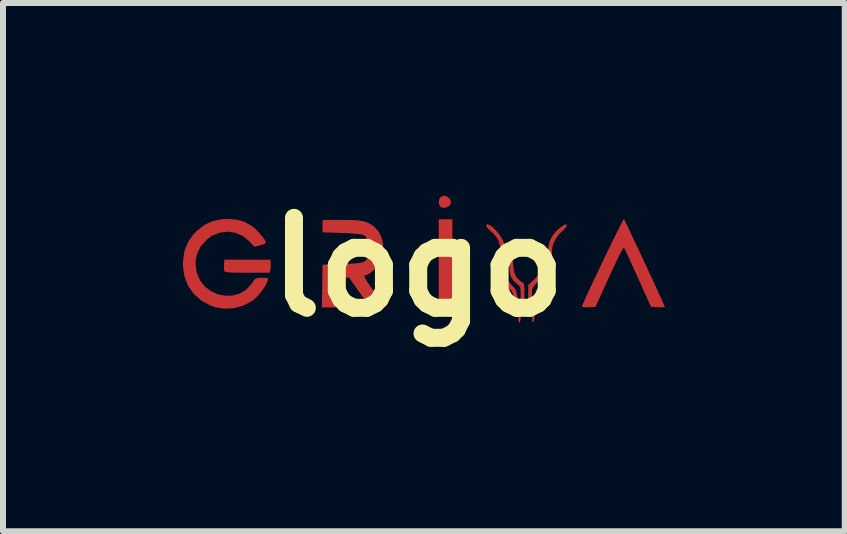
<source format=kicad_pcb>
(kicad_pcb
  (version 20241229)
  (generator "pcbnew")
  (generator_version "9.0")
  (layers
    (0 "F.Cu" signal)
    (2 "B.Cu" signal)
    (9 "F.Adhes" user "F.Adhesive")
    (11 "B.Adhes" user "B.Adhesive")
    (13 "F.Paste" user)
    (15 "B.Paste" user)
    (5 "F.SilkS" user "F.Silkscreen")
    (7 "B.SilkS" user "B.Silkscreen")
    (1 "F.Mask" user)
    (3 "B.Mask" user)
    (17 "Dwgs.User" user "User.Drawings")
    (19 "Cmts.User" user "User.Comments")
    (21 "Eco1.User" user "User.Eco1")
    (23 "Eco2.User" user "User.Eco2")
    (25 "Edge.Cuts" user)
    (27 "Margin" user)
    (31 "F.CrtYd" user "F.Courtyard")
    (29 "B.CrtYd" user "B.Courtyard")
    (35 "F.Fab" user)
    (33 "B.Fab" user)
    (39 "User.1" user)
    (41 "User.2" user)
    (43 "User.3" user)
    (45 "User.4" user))
  (footprint "logo"
    (layer "F.Cu")
    (at 3.923 1.404)
    (property "Reference" "logo" (at 0 0 0) (layer "F.SilkS") (effects (font (size 1.5 1.5) (thickness 0.3))))
    (attr board_only exclude_from_pos_files exclude_from_bom)
    (fp_poly (pts (xy 0.57 -0.062) (xy 0.57 0.673) (xy 0.456 0.673) (xy 0.342 0.673) (xy 0.342 -0.062) (xy 0.342 -0.798) (xy 0.456 -0.798) (xy 0.57 -0.798)) (stroke (width 0) (type solid)) (fill yes) (layer "F.Cu"))
    (fp_poly (pts (xy 0.487 -1.175) (xy 0.53 -1.134) (xy 0.549 -1.086) (xy 0.549 -1.084) (xy 0.531 -1.036) (xy 0.487 -1.002) (xy 0.432 -0.987) (xy 0.381 -0.998) (xy 0.367 -1.009) (xy 0.348 -1.048) (xy 0.342 -1.088) (xy 0.357 -1.151) (xy 0.4 -1.186) (xy 0.436 -1.191)) (stroke (width 0) (type solid)) (fill yes) (layer "F.Cu"))
    (fp_poly (pts (xy -2.459 -0.065) (xy -2.458 -0.002) (xy -2.464 0.044) (xy -2.477 0.093) (xy -2.85 0.093) (xy -2.988 0.093) (xy -3.089 0.091) (xy -3.16 0.087) (xy -3.204 0.081) (xy -3.227 0.072) (xy -3.234 0.064) (xy -3.24 0.026) (xy -3.239 -0.033) (xy -3.239 -0.044) (xy -3.232 -0.124) (xy -2.849 -0.124) (xy -2.465 -0.124)) (stroke (width 0) (type solid)) (fill yes) (layer "F.Cu"))
    (fp_poly (pts (xy 3.441 -0.782) (xy 3.468 -0.728) (xy 3.507 -0.646) (xy 3.556 -0.542) (xy 3.614 -0.421) (xy 3.676 -0.287) (xy 3.743 -0.145) (xy 3.81 -0.000448) (xy 3.876 0.141) (xy 3.938 0.276) (xy 3.994 0.398) (xy 4.042 0.503) (xy 4.079 0.586) (xy 4.103 0.641) (xy 4.112 0.664) (xy 4.112 0.664) (xy 4.094 0.669) (xy 4.045 0.671) (xy 3.997 0.669) (xy 3.882 0.663) (xy 3.667 0.186) (xy 3.608 0.055) (xy 3.553 -0.065) (xy 3.506 -0.168) (xy 3.468 -0.249) (xy 3.443 -0.301) (xy 3.434 -0.319) (xy 3.422 -0.315) (xy 3.398 -0.28) (xy 3.361 -0.212) (xy 3.31 -0.109) (xy 3.245 0.028) (xy 3.186 0.157) (xy 2.956 0.663) (xy 2.838 0.669) (xy 2.776 0.67) (xy 2.736 0.664) (xy 2.727 0.657) (xy 2.749 0.605) (xy 2.785 0.526) (xy 2.831 0.424) (xy 2.887 0.305) (xy 2.949 0.173) (xy 3.016 0.033) (xy 3.084 -0.111) (xy 3.153 -0.253) (xy 3.218 -0.388) (xy 3.279 -0.512) (xy 3.333 -0.621) (xy 3.377 -0.708) (xy 3.409 -0.77) (xy 3.427 -0.801) (xy 3.43 -0.804)) (stroke (width 0) (type solid)) (fill yes) (layer "F.Cu"))
    (fp_poly (pts (xy -1.132 -0.786) (xy -1.024 -0.781) (xy -0.94 -0.771) (xy -0.874 -0.754) (xy -0.817 -0.729) (xy -0.761 -0.694) (xy -0.74 -0.679) (xy -0.661 -0.597) (xy -0.609 -0.49) (xy -0.583 -0.368) (xy -0.587 -0.241) (xy -0.622 -0.117) (xy -0.642 -0.077) (xy -0.689 -0.008) (xy -0.747 0.056) (xy -0.808 0.106) (xy -0.861 0.132) (xy -0.876 0.135) (xy -0.894 0.139) (xy -0.897 0.156) (xy -0.884 0.188) (xy -0.852 0.241) (xy -0.799 0.319) (xy -0.726 0.421) (xy -0.551 0.663) (xy -0.656 0.669) (xy -0.722 0.671) (xy -0.772 0.669) (xy -0.787 0.666) (xy -0.808 0.646) (xy -0.847 0.599) (xy -0.9 0.53) (xy -0.961 0.447) (xy -0.983 0.416) (xy -1.153 0.176) (xy -1.265 0.176) (xy -1.378 0.176) (xy -1.378 0.425) (xy -1.378 0.673) (xy -1.492 0.673) (xy -1.607 0.673) (xy -1.601 0.316) (xy -1.595 -0.041) (xy -1.262 -0.052) (xy -1.128 -0.057) (xy -1.029 -0.063) (xy -0.958 -0.072) (xy -0.909 -0.086) (xy -0.875 -0.108) (xy -0.85 -0.138) (xy -0.827 -0.179) (xy -0.801 -0.266) (xy -0.803 -0.359) (xy -0.83 -0.445) (xy -0.879 -0.512) (xy -0.907 -0.533) (xy -0.95 -0.545) (xy -1.031 -0.556) (xy -1.147 -0.564) (xy -1.274 -0.57) (xy -1.595 -0.58) (xy -1.595 -0.684) (xy -1.595 -0.787) (xy -1.274 -0.787)) (stroke (width 0) (type solid)) (fill yes) (layer "F.Cu"))
    (fp_poly (pts (xy -3.022 -0.791) (xy -2.896 -0.755) (xy -2.779 -0.689) (xy -2.75 -0.668) (xy -2.701 -0.625) (xy -2.647 -0.568) (xy -2.596 -0.507) (xy -2.557 -0.453) (xy -2.539 -0.416) (xy -2.538 -0.412) (xy -2.556 -0.393) (xy -2.603 -0.373) (xy -2.635 -0.364) (xy -2.732 -0.339) (xy -2.808 -0.423) (xy -2.918 -0.515) (xy -3.043 -0.571) (xy -3.176 -0.592) (xy -3.309 -0.575) (xy -3.438 -0.522) (xy -3.524 -0.46) (xy -3.627 -0.346) (xy -3.69 -0.218) (xy -3.714 -0.08) (xy -3.698 0.069) (xy -3.689 0.102) (xy -3.634 0.227) (xy -3.553 0.327) (xy -3.452 0.403) (xy -3.337 0.454) (xy -3.214 0.477) (xy -3.091 0.473) (xy -2.973 0.439) (xy -2.867 0.376) (xy -2.779 0.281) (xy -2.765 0.26) (xy -2.733 0.212) (xy -2.702 0.187) (xy -2.659 0.178) (xy -2.604 0.177) (xy -2.541 0.178) (xy -2.51 0.184) (xy -2.502 0.2) (xy -2.507 0.223) (xy -2.541 0.297) (xy -2.596 0.383) (xy -2.664 0.467) (xy -2.733 0.536) (xy -2.757 0.555) (xy -2.906 0.637) (xy -3.066 0.684) (xy -3.23 0.694) (xy -3.391 0.667) (xy -3.453 0.645) (xy -3.614 0.559) (xy -3.742 0.447) (xy -3.838 0.311) (xy -3.898 0.154) (xy -3.923 -0.021) (xy -3.922 -0.101) (xy -3.897 -0.27) (xy -3.84 -0.416) (xy -3.749 -0.546) (xy -3.683 -0.612) (xy -3.554 -0.71) (xy -3.416 -0.771) (xy -3.261 -0.8) (xy -3.17 -0.804)) (stroke (width 0) (type solid)) (fill yes) (layer "F.Cu"))
    (fp_poly (pts (xy 1.198 -0.699) (xy 1.252 -0.656) (xy 1.311 -0.596) (xy 1.364 -0.528) (xy 1.394 -0.48) (xy 1.42 -0.427) (xy 1.436 -0.379) (xy 1.444 -0.326) (xy 1.447 -0.255) (xy 1.445 -0.166) (xy 1.448 -0.004) (xy 1.465 0.123) (xy 1.499 0.22) (xy 1.549 0.292) (xy 1.569 0.312) (xy 1.618 0.363) (xy 1.641 0.424) (xy 1.647 0.462) (xy 1.66 0.534) (xy 1.677 0.565) (xy 1.694 0.558) (xy 1.706 0.513) (xy 1.709 0.449) (xy 1.707 0.377) (xy 1.699 0.334) (xy 1.678 0.304) (xy 1.647 0.279) (xy 1.594 0.231) (xy 1.553 0.175) (xy 1.552 0.173) (xy 1.534 0.118) (xy 1.523 0.046) (xy 1.519 -0.029) (xy 1.524 -0.089) (xy 1.532 -0.113) (xy 1.556 -0.135) (xy 1.574 -0.119) (xy 1.584 -0.067) (xy 1.585 -0.026) (xy 1.599 0.081) (xy 1.639 0.17) (xy 1.699 0.231) (xy 1.72 0.242) (xy 1.744 0.256) (xy 1.76 0.275) (xy 1.768 0.309) (xy 1.771 0.367) (xy 1.771 0.449) (xy 1.77 0.542) (xy 1.764 0.601) (xy 1.754 0.633) (xy 1.74 0.645) (xy 1.722 0.665) (xy 1.712 0.711) (xy 1.709 0.788) (xy 1.706 0.858) (xy 1.698 0.911) (xy 1.688 0.932) (xy 1.677 0.921) (xy 1.67 0.872) (xy 1.668 0.802) (xy 1.665 0.72) (xy 1.657 0.668) (xy 1.639 0.635) (xy 1.626 0.622) (xy 1.594 0.571) (xy 1.585 0.496) (xy 1.579 0.434) (xy 1.558 0.395) (xy 1.533 0.375) (xy 1.492 0.336) (xy 1.449 0.277) (xy 1.435 0.253) (xy 1.415 0.21) (xy 1.402 0.164) (xy 1.393 0.105) (xy 1.387 0.025) (xy 1.383 -0.088) (xy 1.383 -0.099) (xy 1.378 -0.237) (xy 1.366 -0.343) (xy 1.345 -0.424) (xy 1.312 -0.489) (xy 1.264 -0.548) (xy 1.213 -0.595) (xy 1.157 -0.65) (xy 1.131 -0.69) (xy 1.138 -0.712) (xy 1.155 -0.715)) (stroke (width 0) (type solid)) (fill yes) (layer "F.Cu"))
    (fp_poly (pts (xy 2.477 -0.703) (xy 2.469 -0.672) (xy 2.437 -0.632) (xy 2.403 -0.602) (xy 2.35 -0.55) (xy 2.299 -0.48) (xy 2.279 -0.445) (xy 2.255 -0.394) (xy 2.24 -0.345) (xy 2.232 -0.286) (xy 2.228 -0.206) (xy 2.227 -0.118) (xy 2.222 0.034) (xy 2.206 0.154) (xy 2.177 0.246) (xy 2.132 0.319) (xy 2.091 0.361) (xy 2.044 0.409) (xy 2.024 0.457) (xy 2.02 0.51) (xy 2.012 0.578) (xy 1.99 0.618) (xy 1.989 0.619) (xy 1.968 0.656) (xy 1.951 0.729) (xy 1.942 0.798) (xy 1.932 0.875) (xy 1.921 0.92) (xy 1.91 0.927) (xy 1.909 0.926) (xy 1.902 0.892) (xy 1.902 0.832) (xy 1.906 0.779) (xy 1.912 0.711) (xy 1.91 0.673) (xy 1.897 0.655) (xy 1.877 0.647) (xy 1.855 0.638) (xy 1.842 0.618) (xy 1.836 0.578) (xy 1.834 0.51) (xy 1.834 0.468) (xy 1.834 0.3) (xy 1.927 0.21) (xy 1.978 0.159) (xy 2.006 0.119) (xy 2.018 0.074) (xy 2.02 0.008) (xy 2.02 -0.007) (xy 2.023 -0.082) (xy 2.032 -0.122) (xy 2.048 -0.135) (xy 2.049 -0.135) (xy 2.073 -0.116) (xy 2.089 -0.068) (xy 2.094 -0.002) (xy 2.087 0.071) (xy 2.081 0.098) (xy 2.038 0.189) (xy 1.976 0.263) (xy 1.929 0.312) (xy 1.905 0.353) (xy 1.897 0.405) (xy 1.896 0.455) (xy 1.898 0.524) (xy 1.908 0.56) (xy 1.927 0.57) (xy 1.947 0.558) (xy 1.956 0.519) (xy 1.958 0.47) (xy 1.961 0.406) (xy 1.975 0.369) (xy 2.004 0.345) (xy 2.01 0.342) (xy 2.048 0.308) (xy 2.09 0.25) (xy 2.114 0.207) (xy 2.138 0.155) (xy 2.153 0.107) (xy 2.161 0.051) (xy 2.163 -0.023) (xy 2.163 -0.126) (xy 2.164 -0.259) (xy 2.174 -0.361) (xy 2.196 -0.442) (xy 2.232 -0.514) (xy 2.268 -0.564) (xy 2.309 -0.608) (xy 2.361 -0.654) (xy 2.413 -0.692) (xy 2.451 -0.713) (xy 2.459 -0.715)) (stroke (width 0) (type solid)) (fill yes) (layer "F.Cu")))
  (gr_rect
    (start -3 -3)
    (end 11.035 5.808)
    (stroke (width 0.1) (type default))
    (fill no)
    (layer "Edge.Cuts")))
</source>
